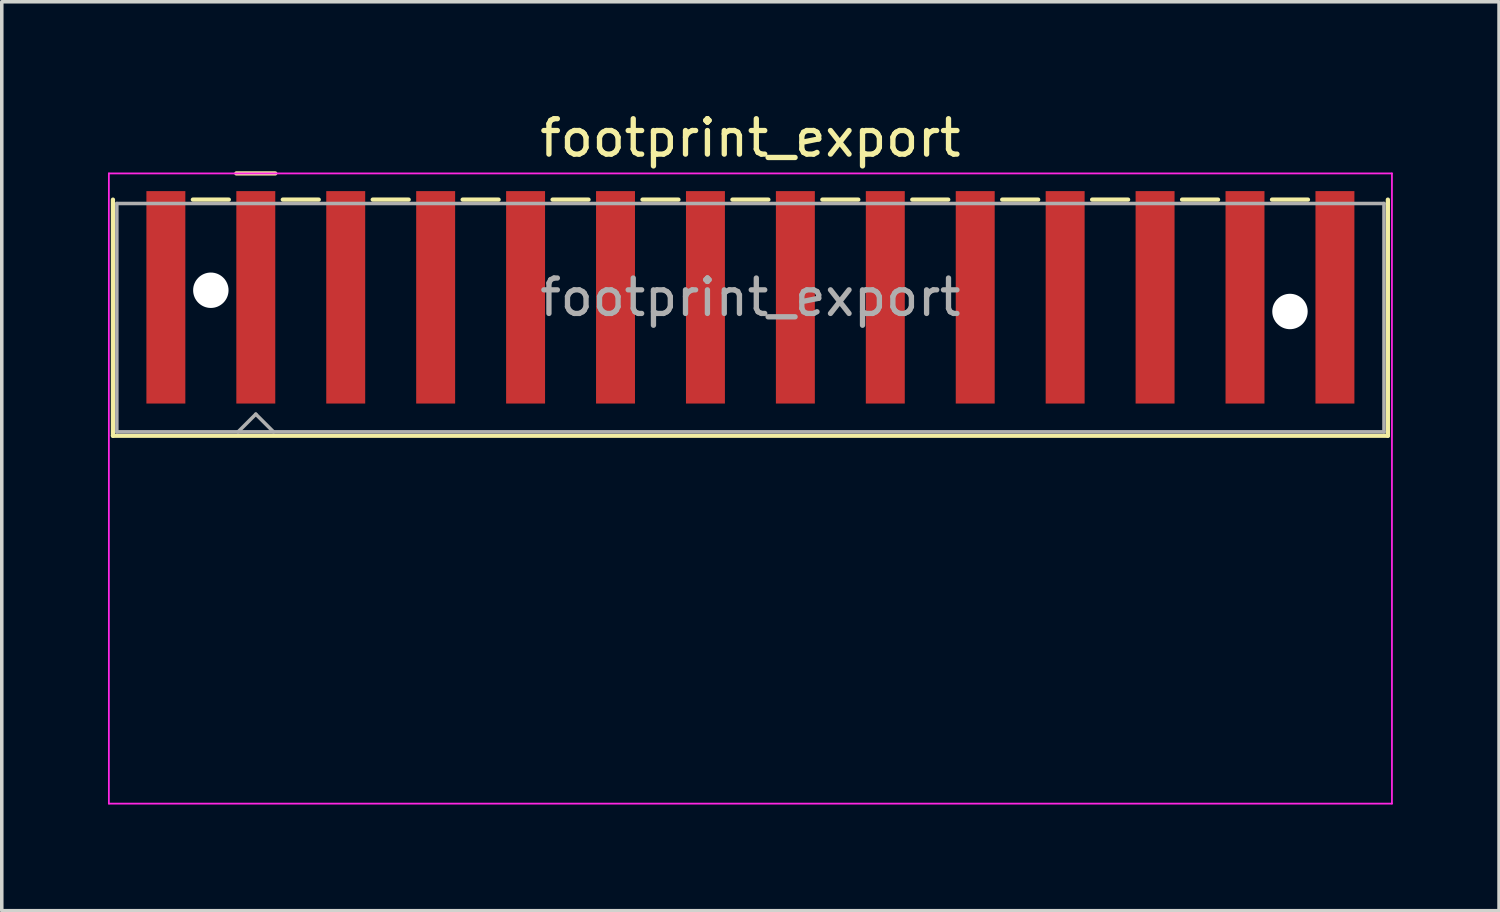
<source format=kicad_pcb>
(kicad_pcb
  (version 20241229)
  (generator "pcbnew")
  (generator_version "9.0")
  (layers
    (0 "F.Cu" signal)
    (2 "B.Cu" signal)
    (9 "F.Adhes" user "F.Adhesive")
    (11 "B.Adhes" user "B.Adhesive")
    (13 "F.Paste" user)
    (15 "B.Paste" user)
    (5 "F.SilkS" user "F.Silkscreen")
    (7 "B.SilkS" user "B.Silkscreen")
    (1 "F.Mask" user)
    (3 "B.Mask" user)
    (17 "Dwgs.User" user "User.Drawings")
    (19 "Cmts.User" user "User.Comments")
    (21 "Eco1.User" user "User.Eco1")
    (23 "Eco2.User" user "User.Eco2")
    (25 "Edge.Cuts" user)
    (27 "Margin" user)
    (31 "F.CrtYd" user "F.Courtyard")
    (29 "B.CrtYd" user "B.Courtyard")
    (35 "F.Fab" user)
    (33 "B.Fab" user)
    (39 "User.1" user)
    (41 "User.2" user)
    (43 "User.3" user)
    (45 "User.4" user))
  (footprint "footprint_export"
    (layer "F.Cu")
    (at 18.145 6.648)
    (property "Reference" "footprint_export" (at 0 -5.8 0) (layer "F.SilkS") (effects (font (size 1 1) (thickness 0.15))))
    (attr smd)
    (fp_line (start -18.005 -4.06) (end -18.005 2.61) (stroke (width 0.12) (type solid)) (layer "F.SilkS"))
    (fp_line (start -15.748 -4.06) (end -14.732 -4.06) (stroke (width 0.12) (type solid)) (layer "F.SilkS"))
    (fp_line (start -14.52 -4.8) (end -13.42 -4.8) (stroke (width 0.12) (type solid)) (layer "F.SilkS"))
    (fp_line (start -13.208 -4.06) (end -12.192 -4.06) (stroke (width 0.12) (type solid)) (layer "F.SilkS"))
    (fp_line (start -10.668 -4.06) (end -9.652 -4.06) (stroke (width 0.12) (type solid)) (layer "F.SilkS"))
    (fp_line (start -8.128 -4.06) (end -7.112 -4.06) (stroke (width 0.12) (type solid)) (layer "F.SilkS"))
    (fp_line (start -5.588 -4.06) (end -4.572 -4.06) (stroke (width 0.12) (type solid)) (layer "F.SilkS"))
    (fp_line (start -3.048 -4.06) (end -2.032 -4.06) (stroke (width 0.12) (type solid)) (layer "F.SilkS"))
    (fp_line (start -0.508 -4.06) (end 0.508 -4.06) (stroke (width 0.12) (type solid)) (layer "F.SilkS"))
    (fp_line (start 2.032 -4.06) (end 3.048 -4.06) (stroke (width 0.12) (type solid)) (layer "F.SilkS"))
    (fp_line (start 4.572 -4.06) (end 5.588 -4.06) (stroke (width 0.12) (type solid)) (layer "F.SilkS"))
    (fp_line (start 7.112 -4.06) (end 8.128 -4.06) (stroke (width 0.12) (type solid)) (layer "F.SilkS"))
    (fp_line (start 9.652 -4.06) (end 10.668 -4.06) (stroke (width 0.12) (type solid)) (layer "F.SilkS"))
    (fp_line (start 12.192 -4.06) (end 13.208 -4.06) (stroke (width 0.12) (type solid)) (layer "F.SilkS"))
    (fp_line (start 14.732 -4.06) (end 15.748 -4.06) (stroke (width 0.12) (type solid)) (layer "F.SilkS"))
    (fp_line (start 18.005 -4.06) (end 18.005 2.61) (stroke (width 0.12) (type solid)) (layer "F.SilkS"))
    (fp_line (start 18.005 2.61) (end -18.005 2.61) (stroke (width 0.12) (type solid)) (layer "F.SilkS"))
    (fp_line (start -18.12 -4.8) (end -18.12 13) (stroke (width 0.05) (type solid)) (layer "F.CrtYd"))
    (fp_line (start -18.12 13) (end 18.12 13) (stroke (width 0.05) (type solid)) (layer "F.CrtYd"))
    (fp_line (start 18.12 -4.8) (end -18.12 -4.8) (stroke (width 0.05) (type solid)) (layer "F.CrtYd"))
    (fp_line (start 18.12 13) (end 18.12 -4.8) (stroke (width 0.05) (type solid)) (layer "F.CrtYd"))
    (fp_line (start -17.895 -3.95) (end -17.895 2.5) (stroke (width 0.1) (type solid)) (layer "F.Fab"))
    (fp_line (start -17.895 2.5) (end 17.895 2.5) (stroke (width 0.1) (type solid)) (layer "F.Fab"))
    (fp_line (start -14.47 2.5) (end -13.97 2) (stroke (width 0.1) (type solid)) (layer "F.Fab"))
    (fp_line (start -13.97 2) (end -13.47 2.5) (stroke (width 0.1) (type solid)) (layer "F.Fab"))
    (fp_line (start 17.895 -3.95) (end -17.895 -3.95) (stroke (width 0.1) (type solid)) (layer "F.Fab"))
    (fp_line (start 17.895 2.5) (end 17.895 -3.95) (stroke (width 0.1) (type solid)) (layer "F.Fab"))
    (fp_text user "${REFERENCE}" (at 0 -1.3 0) (layer "F.Fab") (effects (font (size 1 1) (thickness 0.15))))
    (pad "" np_thru_hole circle (at -15.24 -1.5) (size 1 1) (drill 1) (layers "*.Cu" "*.Mask"))
    (pad "" np_thru_hole circle (at 15.24 -0.9) (size 1 1) (drill 1) (layers "*.Cu" "*.Mask"))
    (pad "1" smd rect (at -13.97 -1.3) (size 1.1 6) (layers "F.Cu" "F.Mask" "F.Paste"))
    (pad "2" smd rect (at -11.43 -1.3) (size 1.1 6) (layers "F.Cu" "F.Mask" "F.Paste"))
    (pad "3" smd rect (at -8.89 -1.3) (size 1.1 6) (layers "F.Cu" "F.Mask" "F.Paste"))
    (pad "4" smd rect (at -6.35 -1.3) (size 1.1 6) (layers "F.Cu" "F.Mask" "F.Paste"))
    (pad "5" smd rect (at -3.81 -1.3) (size 1.1 6) (layers "F.Cu" "F.Mask" "F.Paste"))
    (pad "6" smd rect (at -1.27 -1.3) (size 1.1 6) (layers "F.Cu" "F.Mask" "F.Paste"))
    (pad "7" smd rect (at 1.27 -1.3) (size 1.1 6) (layers "F.Cu" "F.Mask" "F.Paste"))
    (pad "8" smd rect (at 3.81 -1.3) (size 1.1 6) (layers "F.Cu" "F.Mask" "F.Paste"))
    (pad "9" smd rect (at 6.35 -1.3) (size 1.1 6) (layers "F.Cu" "F.Mask" "F.Paste"))
    (pad "10" smd rect (at 8.89 -1.3) (size 1.1 6) (layers "F.Cu" "F.Mask" "F.Paste"))
    (pad "11" smd rect (at 11.43 -1.3) (size 1.1 6) (layers "F.Cu" "F.Mask" "F.Paste"))
    (pad "12" smd rect (at 13.97 -1.3) (size 1.1 6) (layers "F.Cu" "F.Mask" "F.Paste"))
    (pad "MP" smd rect (at -16.51 -1.3) (size 1.1 6) (layers "F.Cu" "F.Mask" "F.Paste"))
    (pad "MP" smd rect (at 16.51 -1.3) (size 1.1 6) (layers "F.Cu" "F.Mask" "F.Paste")))
  (gr_rect
    (start -3 -3)
    (end 39.29 22.673)
    (stroke (width 0.1) (type default))
    (fill no)
    (layer "Edge.Cuts")))
</source>
